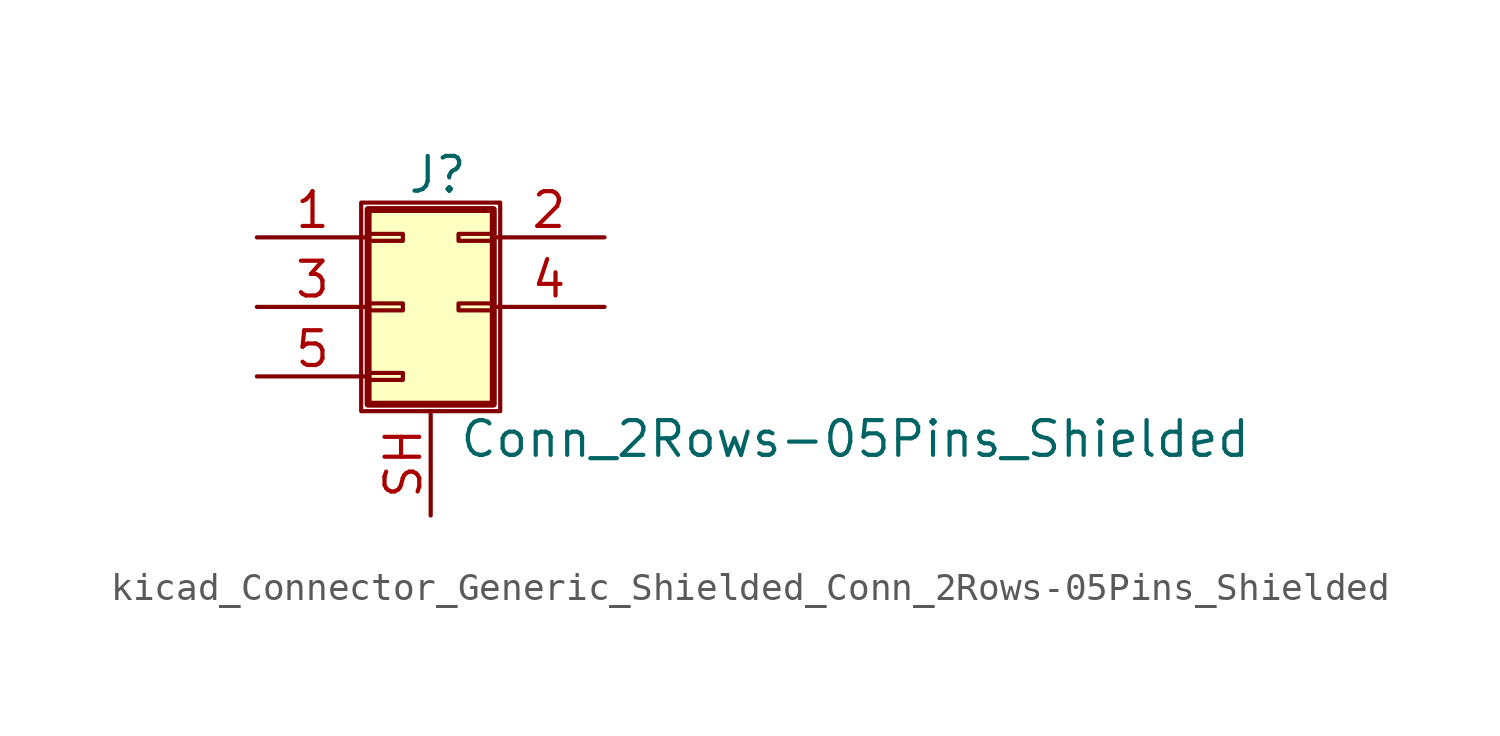
<source format=kicad_sym>
(kicad_symbol_lib
  (version 20220914)
  (generator kicad_symbol_editor)
  (symbol "kicad_Connector_Generic_Shielded_Conn_2Rows-05Pins_Shielded"
    (pin_names
      (offset 1.016) hide)
    (property "Reference" "J"
      (at 1.524 4.826 0)
      (effects (font (size 1.27 1.27))))
    (property "Value" "Conn_2Rows-05Pins_Shielded"
      (at 2.286 -4.826 0)
      (effects (font (size 1.27 1.27)) (justify left)))
    (symbol "kicad_Connector_Generic_Shielded_Conn_2Rows-05Pins_Shielded_1_1"
      (rectangle (start -1.27 3.81) (end 3.81 -3.81) (stroke (width 0.152) (type default)) (fill (type none)))
      (rectangle (start -1.016 -2.413) (end 0.254 -2.667) (stroke (width 0.152) (type default)) (fill (type none)))
      (rectangle (start -1.016 0.127) (end 0.254 -0.127) (stroke (width 0.152) (type default)) (fill (type none)))
      (rectangle (start -1.016 2.667) (end 0.254 2.413) (stroke (width 0.152) (type default)) (fill (type none)))
      (rectangle (start -1.016 3.556) (end 3.556 -3.556) (stroke (width 0.254) (type default)) (fill (type background)))
      (rectangle (start 3.556 0.127) (end 2.286 -0.127) (stroke (width 0.152) (type default)) (fill (type none)))
      (rectangle (start 3.556 2.667) (end 2.286 2.413) (stroke (width 0.152) (type default)) (fill (type none)))
      (pin passive line (at -5.08 2.54 0) (length 4.064) (name "Pin_1" (effects (font (size 1.27 1.27)))) (number "1" (effects (font (size 1.27 1.27)))))
      (pin passive line (at 7.62 2.54 180) (length 4.064) (name "Pin_2" (effects (font (size 1.27 1.27)))) (number "2" (effects (font (size 1.27 1.27)))))
      (pin passive line (at -5.08 0 0) (length 4.064) (name "Pin_3" (effects (font (size 1.27 1.27)))) (number "3" (effects (font (size 1.27 1.27)))))
      (pin passive line (at 7.62 0 180) (length 4.064) (name "Pin_4" (effects (font (size 1.27 1.27)))) (number "4" (effects (font (size 1.27 1.27)))))
      (pin passive line (at -5.08 -2.54 0) (length 4.064) (name "Pin_5" (effects (font (size 1.27 1.27)))) (number "5" (effects (font (size 1.27 1.27)))))
      (pin passive line (at 1.27 -7.62 90) (length 3.81) (name "Shield" (effects (font (size 1.27 1.27)))) (number "SH" (effects (font (size 1.27 1.27))))))))
</source>
